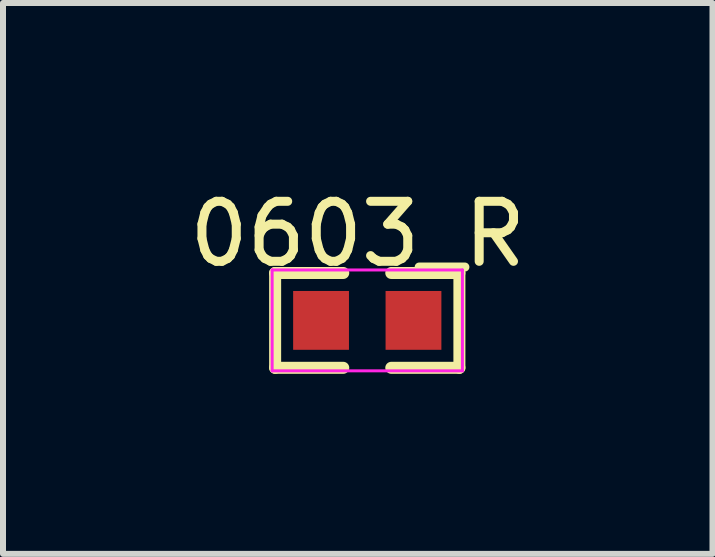
<source format=kicad_pcb>
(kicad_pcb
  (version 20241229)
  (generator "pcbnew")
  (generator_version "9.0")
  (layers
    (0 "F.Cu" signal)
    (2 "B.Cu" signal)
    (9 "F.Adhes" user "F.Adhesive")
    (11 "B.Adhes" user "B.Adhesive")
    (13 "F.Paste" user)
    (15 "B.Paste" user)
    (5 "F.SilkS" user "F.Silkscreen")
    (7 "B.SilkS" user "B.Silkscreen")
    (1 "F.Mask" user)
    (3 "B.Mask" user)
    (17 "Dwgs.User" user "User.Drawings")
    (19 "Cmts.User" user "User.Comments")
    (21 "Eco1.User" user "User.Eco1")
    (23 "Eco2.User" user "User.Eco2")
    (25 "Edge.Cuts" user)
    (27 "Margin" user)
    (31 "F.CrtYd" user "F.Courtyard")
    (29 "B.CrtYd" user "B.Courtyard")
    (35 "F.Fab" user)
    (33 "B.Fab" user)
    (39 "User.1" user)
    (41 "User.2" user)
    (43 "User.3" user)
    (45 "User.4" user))
  (footprint "0603_R"
    (layer "F.Cu")
    (at 3.069 2.288)
    (property "Reference" "0603_R" (at -0.159 -1.439 0) (layer "F.SilkS") (effects (font (size 1 1) (thickness 0.15))))
    (attr through_hole)
    (fp_line (start -1.535 -0.79) (end -0.4 -0.79) (stroke (width 0.2) (type solid)) (layer "F.SilkS"))
    (fp_line (start -1.535 0.79) (end -1.535 -0.79) (stroke (width 0.2) (type solid)) (layer "F.SilkS"))
    (fp_line (start -1.535 0.79) (end -0.4 0.79) (stroke (width 0.2) (type solid)) (layer "F.SilkS"))
    (fp_line (start 0.4 -0.79) (end 1.535 -0.79) (stroke (width 0.2) (type solid)) (layer "F.SilkS"))
    (fp_line (start 0.4 0.79) (end 1.535 0.79) (stroke (width 0.2) (type solid)) (layer "F.SilkS"))
    (fp_line (start 1.535 0.79) (end 1.535 -0.79) (stroke (width 0.2) (type solid)) (layer "F.SilkS"))
    (fp_line (start -1.585 -0.84) (end 1.585 -0.84) (stroke (width 0.05) (type solid)) (layer "F.CrtYd"))
    (fp_line (start -1.585 0.84) (end -1.585 -0.84) (stroke (width 0.05) (type solid)) (layer "F.CrtYd"))
    (fp_line (start 1.585 -0.84) (end 1.585 0.84) (stroke (width 0.05) (type solid)) (layer "F.CrtYd"))
    (fp_line (start 1.585 0.84) (end -1.585 0.84) (stroke (width 0.05) (type solid)) (layer "F.CrtYd"))
    (pad "1" smd rect (at -0.77 0) (size 0.93 0.98) (layers "F.Cu" "F.Mask" "F.Paste"))
    (pad "2" smd rect (at 0.77 0) (size 0.93 0.98) (layers "F.Cu" "F.Mask" "F.Paste")))
  (gr_rect
    (start -3 -3)
    (end 8.821 6.178)
    (stroke (width 0.1) (type default))
    (fill no)
    (layer "Edge.Cuts")))
</source>
